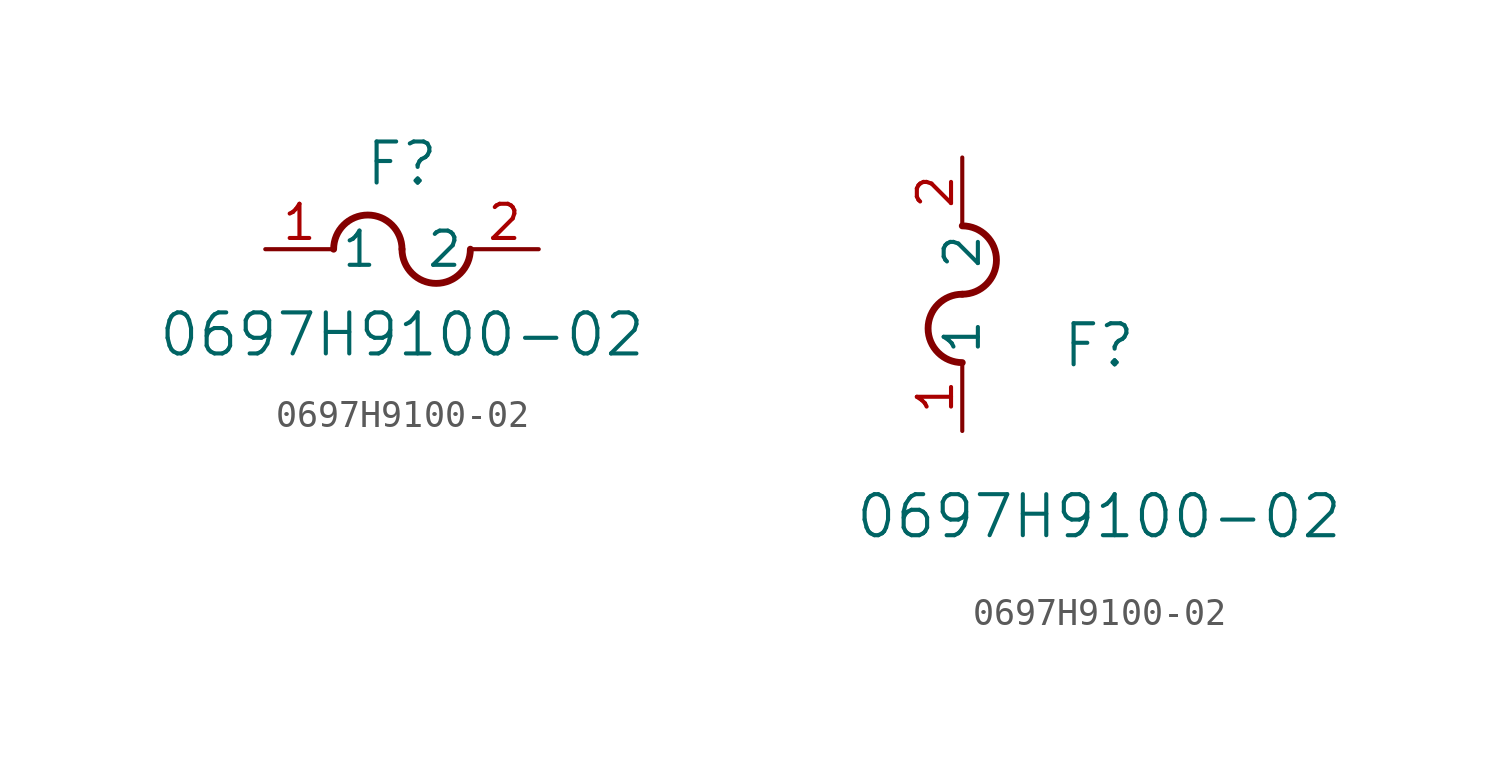
<source format=kicad_sym>
(kicad_symbol_lib
  (version 20211014)
  (generator kicad_symbol_editor)
  (symbol "0697H9100-02"
    (pin_names
      (offset 0.254))
    (property "Reference" "F"
      (at 5.08 3.175 0)
      (effects (font (size 1.524 1.524))))
    (property "Value" "0697H9100-02"
      (at 5.08 -3.175 0)
      (effects (font (size 1.524 1.524))))
    (symbol "0697H9100-02_1_1"
      (arc (start 5.08 0) (mid 3.81 1.27) (end 2.54 0) (stroke (width 0.254) (type default) (color 0 0 0 0)) (fill (type none)))
      (arc (start 5.08 0) (mid 6.35 -1.27) (end 7.62 0) (stroke (width 0.254) (type default) (color 0 0 0 0)) (fill (type none)))
      (pin unspecified line (at 0 0 0) (length 2.54) (name "1" (effects (font (size 1.27 1.27)))) (number "1" (effects (font (size 1.27 1.27)))))
      (pin unspecified line (at 10.16 0 180) (length 2.54) (name "2" (effects (font (size 1.27 1.27)))) (number "2" (effects (font (size 1.27 1.27))))))
    (symbol "0697H9100-02_1_2"
      (arc (start 0 5.08) (mid -1.27 3.81) (end 0 2.54) (stroke (width 0.254) (type default) (color 0 0 0 0)) (fill (type none)))
      (arc (start 0 5.08) (mid 1.27 6.35) (end 0 7.62) (stroke (width 0.254) (type default) (color 0 0 0 0)) (fill (type none)))
      (pin unspecified line (at 0 0 90) (length 2.54) (name "1" (effects (font (size 1.27 1.27)))) (number "1" (effects (font (size 1.27 1.27)))))
      (pin unspecified line (at 0 10.16 270) (length 2.54) (name "2" (effects (font (size 1.27 1.27)))) (number "2" (effects (font (size 1.27 1.27))))))))
</source>
